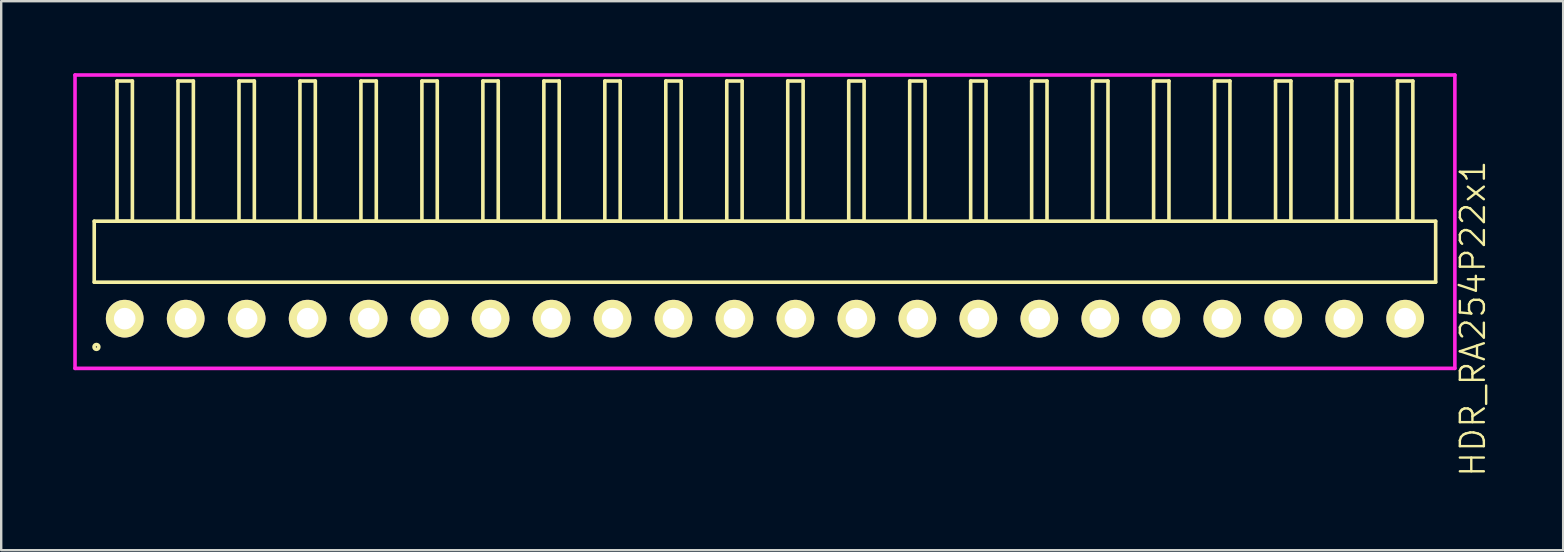
<source format=kicad_pcb>
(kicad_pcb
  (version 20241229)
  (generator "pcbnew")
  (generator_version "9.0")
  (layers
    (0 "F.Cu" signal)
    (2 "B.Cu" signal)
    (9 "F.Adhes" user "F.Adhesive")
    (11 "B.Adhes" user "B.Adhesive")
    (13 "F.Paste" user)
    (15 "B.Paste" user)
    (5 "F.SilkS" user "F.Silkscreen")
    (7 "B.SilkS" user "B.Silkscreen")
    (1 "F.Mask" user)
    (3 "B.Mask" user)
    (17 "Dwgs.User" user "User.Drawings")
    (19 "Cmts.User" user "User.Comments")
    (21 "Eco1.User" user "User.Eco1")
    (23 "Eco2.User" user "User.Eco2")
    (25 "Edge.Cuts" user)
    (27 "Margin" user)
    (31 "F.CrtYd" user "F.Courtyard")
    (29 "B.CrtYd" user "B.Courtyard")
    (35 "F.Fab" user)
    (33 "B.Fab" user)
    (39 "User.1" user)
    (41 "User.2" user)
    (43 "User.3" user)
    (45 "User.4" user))
  (footprint "HDR_RA254P22x1"
    (layer "F.Cu")
    (at 28.815 10.225)
    (property "Reference" "HDR_RA254P22x1" (at 29.49 0 90) (layer "F.SilkS") (effects (font (size 1 1) (thickness 0.1))))
    (attr through_hole)
    (fp_line (start -27.94 -4.06) (end -27.94 -1.52) (stroke (width 0.15) (type solid)) (layer "F.SilkS"))
    (fp_line (start -27.94 -1.52) (end 27.94 -1.52) (stroke (width 0.15) (type solid)) (layer "F.SilkS"))
    (fp_line (start -26.99 -9.9) (end -26.99 -4.06) (stroke (width 0.15) (type solid)) (layer "F.SilkS"))
    (fp_line (start -26.99 -4.06) (end -26.35 -4.06) (stroke (width 0.15) (type solid)) (layer "F.SilkS"))
    (fp_line (start -26.35 -9.9) (end -26.99 -9.9) (stroke (width 0.15) (type solid)) (layer "F.SilkS"))
    (fp_line (start -26.35 -4.06) (end -26.35 -9.9) (stroke (width 0.15) (type solid)) (layer "F.SilkS"))
    (fp_line (start -24.45 -9.9) (end -24.45 -4.06) (stroke (width 0.15) (type solid)) (layer "F.SilkS"))
    (fp_line (start -24.45 -4.06) (end -23.81 -4.06) (stroke (width 0.15) (type solid)) (layer "F.SilkS"))
    (fp_line (start -23.81 -9.9) (end -24.45 -9.9) (stroke (width 0.15) (type solid)) (layer "F.SilkS"))
    (fp_line (start -23.81 -4.06) (end -23.81 -9.9) (stroke (width 0.15) (type solid)) (layer "F.SilkS"))
    (fp_line (start -21.91 -9.9) (end -21.91 -4.06) (stroke (width 0.15) (type solid)) (layer "F.SilkS"))
    (fp_line (start -21.91 -4.06) (end -21.27 -4.06) (stroke (width 0.15) (type solid)) (layer "F.SilkS"))
    (fp_line (start -21.27 -9.9) (end -21.91 -9.9) (stroke (width 0.15) (type solid)) (layer "F.SilkS"))
    (fp_line (start -21.27 -4.06) (end -21.27 -9.9) (stroke (width 0.15) (type solid)) (layer "F.SilkS"))
    (fp_line (start -19.37 -9.9) (end -19.37 -4.06) (stroke (width 0.15) (type solid)) (layer "F.SilkS"))
    (fp_line (start -19.37 -4.06) (end -18.73 -4.06) (stroke (width 0.15) (type solid)) (layer "F.SilkS"))
    (fp_line (start -18.73 -9.9) (end -19.37 -9.9) (stroke (width 0.15) (type solid)) (layer "F.SilkS"))
    (fp_line (start -18.73 -4.06) (end -18.73 -9.9) (stroke (width 0.15) (type solid)) (layer "F.SilkS"))
    (fp_line (start -16.83 -9.9) (end -16.83 -4.06) (stroke (width 0.15) (type solid)) (layer "F.SilkS"))
    (fp_line (start -16.83 -4.06) (end -16.19 -4.06) (stroke (width 0.15) (type solid)) (layer "F.SilkS"))
    (fp_line (start -16.19 -9.9) (end -16.83 -9.9) (stroke (width 0.15) (type solid)) (layer "F.SilkS"))
    (fp_line (start -16.19 -4.06) (end -16.19 -9.9) (stroke (width 0.15) (type solid)) (layer "F.SilkS"))
    (fp_line (start -14.29 -9.9) (end -14.29 -4.06) (stroke (width 0.15) (type solid)) (layer "F.SilkS"))
    (fp_line (start -14.29 -4.06) (end -13.65 -4.06) (stroke (width 0.15) (type solid)) (layer "F.SilkS"))
    (fp_line (start -13.65 -9.9) (end -14.29 -9.9) (stroke (width 0.15) (type solid)) (layer "F.SilkS"))
    (fp_line (start -13.65 -4.06) (end -13.65 -9.9) (stroke (width 0.15) (type solid)) (layer "F.SilkS"))
    (fp_line (start -11.75 -9.9) (end -11.75 -4.06) (stroke (width 0.15) (type solid)) (layer "F.SilkS"))
    (fp_line (start -11.75 -4.06) (end -11.11 -4.06) (stroke (width 0.15) (type solid)) (layer "F.SilkS"))
    (fp_line (start -11.11 -9.9) (end -11.75 -9.9) (stroke (width 0.15) (type solid)) (layer "F.SilkS"))
    (fp_line (start -11.11 -4.06) (end -11.11 -9.9) (stroke (width 0.15) (type solid)) (layer "F.SilkS"))
    (fp_line (start -9.21 -9.9) (end -9.21 -4.06) (stroke (width 0.15) (type solid)) (layer "F.SilkS"))
    (fp_line (start -9.21 -4.06) (end -8.57 -4.06) (stroke (width 0.15) (type solid)) (layer "F.SilkS"))
    (fp_line (start -8.57 -9.9) (end -9.21 -9.9) (stroke (width 0.15) (type solid)) (layer "F.SilkS"))
    (fp_line (start -8.57 -4.06) (end -8.57 -9.9) (stroke (width 0.15) (type solid)) (layer "F.SilkS"))
    (fp_line (start -6.67 -9.9) (end -6.67 -4.06) (stroke (width 0.15) (type solid)) (layer "F.SilkS"))
    (fp_line (start -6.67 -4.06) (end -6.03 -4.06) (stroke (width 0.15) (type solid)) (layer "F.SilkS"))
    (fp_line (start -6.03 -9.9) (end -6.67 -9.9) (stroke (width 0.15) (type solid)) (layer "F.SilkS"))
    (fp_line (start -6.03 -4.06) (end -6.03 -9.9) (stroke (width 0.15) (type solid)) (layer "F.SilkS"))
    (fp_line (start -4.13 -9.9) (end -4.13 -4.06) (stroke (width 0.15) (type solid)) (layer "F.SilkS"))
    (fp_line (start -4.13 -4.06) (end -3.49 -4.06) (stroke (width 0.15) (type solid)) (layer "F.SilkS"))
    (fp_line (start -3.49 -9.9) (end -4.13 -9.9) (stroke (width 0.15) (type solid)) (layer "F.SilkS"))
    (fp_line (start -3.49 -4.06) (end -3.49 -9.9) (stroke (width 0.15) (type solid)) (layer "F.SilkS"))
    (fp_line (start -1.59 -9.9) (end -1.59 -4.06) (stroke (width 0.15) (type solid)) (layer "F.SilkS"))
    (fp_line (start -1.59 -4.06) (end -0.95 -4.06) (stroke (width 0.15) (type solid)) (layer "F.SilkS"))
    (fp_line (start -0.95 -9.9) (end -1.59 -9.9) (stroke (width 0.15) (type solid)) (layer "F.SilkS"))
    (fp_line (start -0.95 -4.06) (end -0.95 -9.9) (stroke (width 0.15) (type solid)) (layer "F.SilkS"))
    (fp_line (start 0.95 -9.9) (end 0.95 -4.06) (stroke (width 0.15) (type solid)) (layer "F.SilkS"))
    (fp_line (start 0.95 -4.06) (end 1.59 -4.06) (stroke (width 0.15) (type solid)) (layer "F.SilkS"))
    (fp_line (start 1.59 -9.9) (end 0.95 -9.9) (stroke (width 0.15) (type solid)) (layer "F.SilkS"))
    (fp_line (start 1.59 -4.06) (end 1.59 -9.9) (stroke (width 0.15) (type solid)) (layer "F.SilkS"))
    (fp_line (start 3.49 -9.9) (end 3.49 -4.06) (stroke (width 0.15) (type solid)) (layer "F.SilkS"))
    (fp_line (start 3.49 -4.06) (end 4.13 -4.06) (stroke (width 0.15) (type solid)) (layer "F.SilkS"))
    (fp_line (start 4.13 -9.9) (end 3.49 -9.9) (stroke (width 0.15) (type solid)) (layer "F.SilkS"))
    (fp_line (start 4.13 -4.06) (end 4.13 -9.9) (stroke (width 0.15) (type solid)) (layer "F.SilkS"))
    (fp_line (start 6.03 -9.9) (end 6.03 -4.06) (stroke (width 0.15) (type solid)) (layer "F.SilkS"))
    (fp_line (start 6.03 -4.06) (end 6.67 -4.06) (stroke (width 0.15) (type solid)) (layer "F.SilkS"))
    (fp_line (start 6.67 -9.9) (end 6.03 -9.9) (stroke (width 0.15) (type solid)) (layer "F.SilkS"))
    (fp_line (start 6.67 -4.06) (end 6.67 -9.9) (stroke (width 0.15) (type solid)) (layer "F.SilkS"))
    (fp_line (start 8.57 -9.9) (end 8.57 -4.06) (stroke (width 0.15) (type solid)) (layer "F.SilkS"))
    (fp_line (start 8.57 -4.06) (end 9.21 -4.06) (stroke (width 0.15) (type solid)) (layer "F.SilkS"))
    (fp_line (start 9.21 -9.9) (end 8.57 -9.9) (stroke (width 0.15) (type solid)) (layer "F.SilkS"))
    (fp_line (start 9.21 -4.06) (end 9.21 -9.9) (stroke (width 0.15) (type solid)) (layer "F.SilkS"))
    (fp_line (start 11.11 -9.9) (end 11.11 -4.06) (stroke (width 0.15) (type solid)) (layer "F.SilkS"))
    (fp_line (start 11.11 -4.06) (end 11.75 -4.06) (stroke (width 0.15) (type solid)) (layer "F.SilkS"))
    (fp_line (start 11.75 -9.9) (end 11.11 -9.9) (stroke (width 0.15) (type solid)) (layer "F.SilkS"))
    (fp_line (start 11.75 -4.06) (end 11.75 -9.9) (stroke (width 0.15) (type solid)) (layer "F.SilkS"))
    (fp_line (start 13.65 -9.9) (end 13.65 -4.06) (stroke (width 0.15) (type solid)) (layer "F.SilkS"))
    (fp_line (start 13.65 -4.06) (end 14.29 -4.06) (stroke (width 0.15) (type solid)) (layer "F.SilkS"))
    (fp_line (start 14.29 -9.9) (end 13.65 -9.9) (stroke (width 0.15) (type solid)) (layer "F.SilkS"))
    (fp_line (start 14.29 -4.06) (end 14.29 -9.9) (stroke (width 0.15) (type solid)) (layer "F.SilkS"))
    (fp_line (start 16.19 -9.9) (end 16.19 -4.06) (stroke (width 0.15) (type solid)) (layer "F.SilkS"))
    (fp_line (start 16.19 -4.06) (end 16.83 -4.06) (stroke (width 0.15) (type solid)) (layer "F.SilkS"))
    (fp_line (start 16.83 -9.9) (end 16.19 -9.9) (stroke (width 0.15) (type solid)) (layer "F.SilkS"))
    (fp_line (start 16.83 -4.06) (end 16.83 -9.9) (stroke (width 0.15) (type solid)) (layer "F.SilkS"))
    (fp_line (start 18.73 -9.9) (end 18.73 -4.06) (stroke (width 0.15) (type solid)) (layer "F.SilkS"))
    (fp_line (start 18.73 -4.06) (end 19.37 -4.06) (stroke (width 0.15) (type solid)) (layer "F.SilkS"))
    (fp_line (start 19.37 -9.9) (end 18.73 -9.9) (stroke (width 0.15) (type solid)) (layer "F.SilkS"))
    (fp_line (start 19.37 -4.06) (end 19.37 -9.9) (stroke (width 0.15) (type solid)) (layer "F.SilkS"))
    (fp_line (start 21.27 -9.9) (end 21.27 -4.06) (stroke (width 0.15) (type solid)) (layer "F.SilkS"))
    (fp_line (start 21.27 -4.06) (end 21.91 -4.06) (stroke (width 0.15) (type solid)) (layer "F.SilkS"))
    (fp_line (start 21.91 -9.9) (end 21.27 -9.9) (stroke (width 0.15) (type solid)) (layer "F.SilkS"))
    (fp_line (start 21.91 -4.06) (end 21.91 -9.9) (stroke (width 0.15) (type solid)) (layer "F.SilkS"))
    (fp_line (start 23.81 -9.9) (end 23.81 -4.06) (stroke (width 0.15) (type solid)) (layer "F.SilkS"))
    (fp_line (start 23.81 -4.06) (end 24.45 -4.06) (stroke (width 0.15) (type solid)) (layer "F.SilkS"))
    (fp_line (start 24.45 -9.9) (end 23.81 -9.9) (stroke (width 0.15) (type solid)) (layer "F.SilkS"))
    (fp_line (start 24.45 -4.06) (end 24.45 -9.9) (stroke (width 0.15) (type solid)) (layer "F.SilkS"))
    (fp_line (start 26.35 -9.9) (end 26.35 -4.06) (stroke (width 0.15) (type solid)) (layer "F.SilkS"))
    (fp_line (start 26.35 -4.06) (end 26.99 -4.06) (stroke (width 0.15) (type solid)) (layer "F.SilkS"))
    (fp_line (start 26.99 -9.9) (end 26.35 -9.9) (stroke (width 0.15) (type solid)) (layer "F.SilkS"))
    (fp_line (start 26.99 -4.06) (end 26.99 -9.9) (stroke (width 0.15) (type solid)) (layer "F.SilkS"))
    (fp_line (start 27.94 -4.06) (end -27.94 -4.06) (stroke (width 0.15) (type solid)) (layer "F.SilkS"))
    (fp_line (start 27.94 -1.52) (end 27.94 -4.06) (stroke (width 0.15) (type solid)) (layer "F.SilkS"))
    (fp_circle (center -27.848 1.177) (end -27.747 1.177) (stroke (width 0.15) (type solid)) (fill no) (layer "F.SilkS"))
    (fp_line (start -28.74 -10.15) (end -28.74 2.07) (stroke (width 0.15) (type solid)) (layer "F.CrtYd"))
    (fp_line (start -28.74 2.07) (end 28.74 2.07) (stroke (width 0.15) (type solid)) (layer "F.CrtYd"))
    (fp_line (start 28.74 -10.15) (end -28.74 -10.15) (stroke (width 0.15) (type solid)) (layer "F.CrtYd"))
    (fp_line (start 28.74 2.07) (end 28.74 -10.15) (stroke (width 0.15) (type solid)) (layer "F.CrtYd"))
    (pad "1" thru_hole oval (at -26.67 0) (size 1.57 1.57) (drill 0.9) (layers "*.Cu" "*.Mask" "F.SilkS"))
    (pad "2" thru_hole oval (at -24.13 0) (size 1.57 1.57) (drill 0.9) (layers "*.Cu" "*.Mask" "F.SilkS"))
    (pad "3" thru_hole oval (at -21.59 0) (size 1.57 1.57) (drill 0.9) (layers "*.Cu" "*.Mask" "F.SilkS"))
    (pad "4" thru_hole oval (at -19.05 0) (size 1.57 1.57) (drill 0.9) (layers "*.Cu" "*.Mask" "F.SilkS"))
    (pad "5" thru_hole oval (at -16.51 0) (size 1.57 1.57) (drill 0.9) (layers "*.Cu" "*.Mask" "F.SilkS"))
    (pad "6" thru_hole oval (at -13.97 0) (size 1.57 1.57) (drill 0.9) (layers "*.Cu" "*.Mask" "F.SilkS"))
    (pad "7" thru_hole oval (at -11.43 0) (size 1.57 1.57) (drill 0.9) (layers "*.Cu" "*.Mask" "F.SilkS"))
    (pad "8" thru_hole oval (at -8.89 0) (size 1.57 1.57) (drill 0.9) (layers "*.Cu" "*.Mask" "F.SilkS"))
    (pad "9" thru_hole oval (at -6.35 0) (size 1.57 1.57) (drill 0.9) (layers "*.Cu" "*.Mask" "F.SilkS"))
    (pad "10" thru_hole oval (at -3.81 0) (size 1.57 1.57) (drill 0.9) (layers "*.Cu" "*.Mask" "F.SilkS"))
    (pad "11" thru_hole oval (at -1.27 0) (size 1.57 1.57) (drill 0.9) (layers "*.Cu" "*.Mask" "F.SilkS"))
    (pad "12" thru_hole oval (at 1.27 0) (size 1.57 1.57) (drill 0.9) (layers "*.Cu" "*.Mask" "F.SilkS"))
    (pad "13" thru_hole oval (at 3.81 0) (size 1.57 1.57) (drill 0.9) (layers "*.Cu" "*.Mask" "F.SilkS"))
    (pad "14" thru_hole oval (at 6.35 0) (size 1.57 1.57) (drill 0.9) (layers "*.Cu" "*.Mask" "F.SilkS"))
    (pad "15" thru_hole oval (at 8.89 0) (size 1.57 1.57) (drill 0.9) (layers "*.Cu" "*.Mask" "F.SilkS"))
    (pad "16" thru_hole oval (at 11.43 0) (size 1.57 1.57) (drill 0.9) (layers "*.Cu" "*.Mask" "F.SilkS"))
    (pad "17" thru_hole oval (at 13.97 0) (size 1.57 1.57) (drill 0.9) (layers "*.Cu" "*.Mask" "F.SilkS"))
    (pad "18" thru_hole oval (at 16.51 0) (size 1.57 1.57) (drill 0.9) (layers "*.Cu" "*.Mask" "F.SilkS"))
    (pad "19" thru_hole oval (at 19.05 0) (size 1.57 1.57) (drill 0.9) (layers "*.Cu" "*.Mask" "F.SilkS"))
    (pad "20" thru_hole oval (at 21.59 0) (size 1.57 1.57) (drill 0.9) (layers "*.Cu" "*.Mask" "F.SilkS"))
    (pad "21" thru_hole oval (at 24.13 0) (size 1.57 1.57) (drill 0.9) (layers "*.Cu" "*.Mask" "F.SilkS"))
    (pad "22" thru_hole oval (at 26.67 0) (size 1.57 1.57) (drill 0.9) (layers "*.Cu" "*.Mask" "F.SilkS")))
  (gr_rect
    (start -3 -3)
    (end 62.066 19.87)
    (stroke (width 0.1) (type default))
    (fill no)
    (layer "Edge.Cuts")))
</source>
